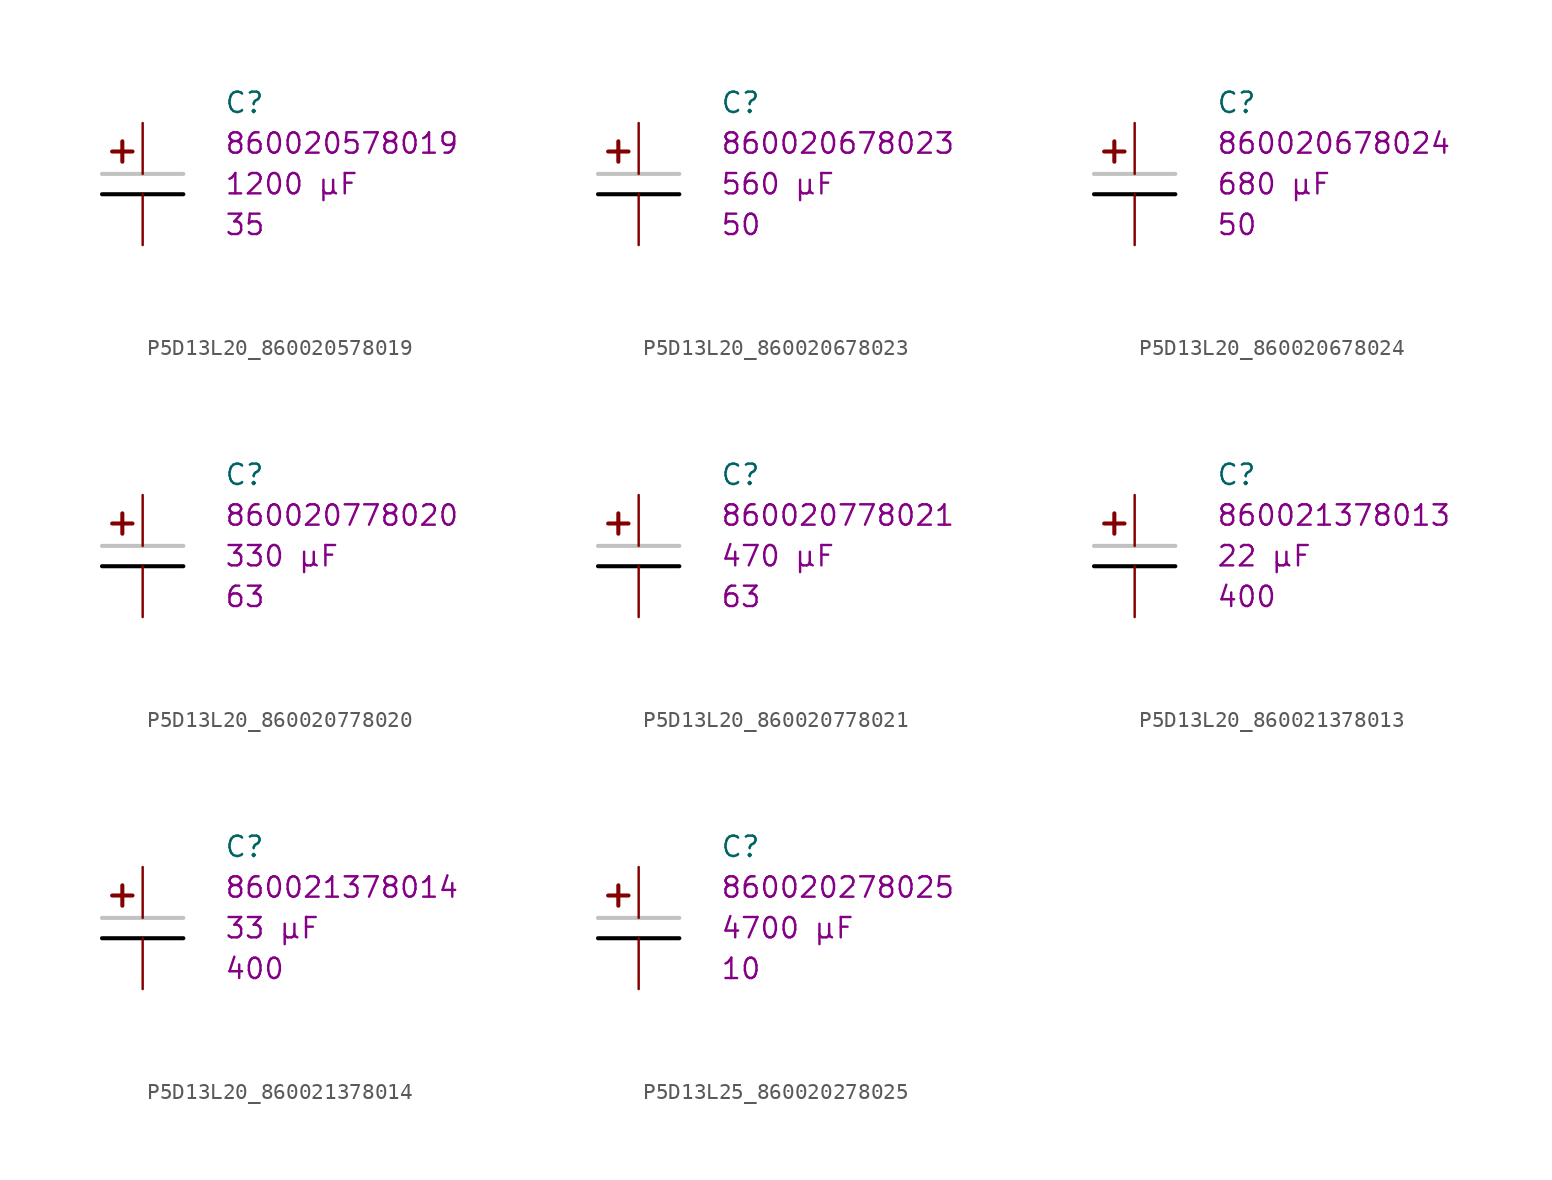
<source format=kicad_sym>
(kicad_symbol_lib
  (version 20220914)
  (generator kicad_symbol_editor)
  (symbol "P5D13L20_860020578019"
    (pin_numbers hide)
    (pin_names hide)
    (property "Reference" "C"
      (at 5.08 5.08 0)
      (effects (font (size 1.27 1.27)) (justify left)))
    (property "Part Number" "860020578019"
      (at 5.08 2.54 0)
      (effects (font (size 1.27 1.27)) (justify left)))
    (property "Capacitance" "1200 µF"
      (at 5.08 0 0)
      (effects (font (size 1.27 1.27)) (justify left)))
    (property "Voltage" "35"
      (at 5.08 -2.54 0)
      (effects (font (size 1.27 1.27)) (justify left)))
    (property "Critical Parameter" ""
      (at 0 -7.62 0)
      (effects (font (size 1.27 1.27))))
    (symbol "P5D13L20_860020578019_1_1"
      (polyline (pts (xy -1.27 2.667) (xy -1.27 1.397)) (stroke (width 0.254) (type default)) (fill (type none)))
      (polyline (pts (xy -0.635 2.032) (xy -1.905 2.032)) (stroke (width 0.254) (type default)) (fill (type none)))
      (polyline (pts (xy 2.54 -0.635) (xy -2.54 -0.635)) (stroke (width 0.254) (type default) (color 0 0 0 1)) (fill (type none)))
      (polyline (pts (xy 2.54 0.635) (xy -2.54 0.635)) (stroke (width 0.254) (type default) (color 194 194 194 1)) (fill (type none)))
      (pin passive line (at 0 3.81 270) (length 3.175) (name "1" (effects (font (size 1.27 1.27)))) (number "1" (effects (font (size 1.27 1.27)))))
      (pin passive line (at 0 -3.81 90) (length 3.175) (name "2" (effects (font (size 1.27 1.27)))) (number "2" (effects (font (size 1.27 1.27)))))))
  (symbol "P5D13L20_860020678023"
    (pin_numbers hide)
    (pin_names hide)
    (property "Reference" "C"
      (at 5.08 5.08 0)
      (effects (font (size 1.27 1.27)) (justify left)))
    (property "Part Number" "860020678023"
      (at 5.08 2.54 0)
      (effects (font (size 1.27 1.27)) (justify left)))
    (property "Capacitance" "560 µF"
      (at 5.08 0 0)
      (effects (font (size 1.27 1.27)) (justify left)))
    (property "Voltage" "50"
      (at 5.08 -2.54 0)
      (effects (font (size 1.27 1.27)) (justify left)))
    (property "Critical Parameter" ""
      (at 0 -7.62 0)
      (effects (font (size 1.27 1.27))))
    (symbol "P5D13L20_860020678023_1_1"
      (polyline (pts (xy -1.27 2.667) (xy -1.27 1.397)) (stroke (width 0.254) (type default)) (fill (type none)))
      (polyline (pts (xy -0.635 2.032) (xy -1.905 2.032)) (stroke (width 0.254) (type default)) (fill (type none)))
      (polyline (pts (xy 2.54 -0.635) (xy -2.54 -0.635)) (stroke (width 0.254) (type default) (color 0 0 0 1)) (fill (type none)))
      (polyline (pts (xy 2.54 0.635) (xy -2.54 0.635)) (stroke (width 0.254) (type default) (color 194 194 194 1)) (fill (type none)))
      (pin passive line (at 0 3.81 270) (length 3.175) (name "1" (effects (font (size 1.27 1.27)))) (number "1" (effects (font (size 1.27 1.27)))))
      (pin passive line (at 0 -3.81 90) (length 3.175) (name "2" (effects (font (size 1.27 1.27)))) (number "2" (effects (font (size 1.27 1.27)))))))
  (symbol "P5D13L20_860020678024"
    (pin_numbers hide)
    (pin_names hide)
    (property "Reference" "C"
      (at 5.08 5.08 0)
      (effects (font (size 1.27 1.27)) (justify left)))
    (property "Part Number" "860020678024"
      (at 5.08 2.54 0)
      (effects (font (size 1.27 1.27)) (justify left)))
    (property "Capacitance" "680 µF"
      (at 5.08 0 0)
      (effects (font (size 1.27 1.27)) (justify left)))
    (property "Voltage" "50"
      (at 5.08 -2.54 0)
      (effects (font (size 1.27 1.27)) (justify left)))
    (property "Critical Parameter" ""
      (at 0 -7.62 0)
      (effects (font (size 1.27 1.27))))
    (symbol "P5D13L20_860020678024_1_1"
      (polyline (pts (xy -1.27 2.667) (xy -1.27 1.397)) (stroke (width 0.254) (type default)) (fill (type none)))
      (polyline (pts (xy -0.635 2.032) (xy -1.905 2.032)) (stroke (width 0.254) (type default)) (fill (type none)))
      (polyline (pts (xy 2.54 -0.635) (xy -2.54 -0.635)) (stroke (width 0.254) (type default) (color 0 0 0 1)) (fill (type none)))
      (polyline (pts (xy 2.54 0.635) (xy -2.54 0.635)) (stroke (width 0.254) (type default) (color 194 194 194 1)) (fill (type none)))
      (pin passive line (at 0 3.81 270) (length 3.175) (name "1" (effects (font (size 1.27 1.27)))) (number "1" (effects (font (size 1.27 1.27)))))
      (pin passive line (at 0 -3.81 90) (length 3.175) (name "2" (effects (font (size 1.27 1.27)))) (number "2" (effects (font (size 1.27 1.27)))))))
  (symbol "P5D13L20_860020778020"
    (pin_numbers hide)
    (pin_names hide)
    (property "Reference" "C"
      (at 5.08 5.08 0)
      (effects (font (size 1.27 1.27)) (justify left)))
    (property "Part Number" "860020778020"
      (at 5.08 2.54 0)
      (effects (font (size 1.27 1.27)) (justify left)))
    (property "Capacitance" "330 µF"
      (at 5.08 0 0)
      (effects (font (size 1.27 1.27)) (justify left)))
    (property "Voltage" "63"
      (at 5.08 -2.54 0)
      (effects (font (size 1.27 1.27)) (justify left)))
    (property "Critical Parameter" ""
      (at 0 -7.62 0)
      (effects (font (size 1.27 1.27))))
    (symbol "P5D13L20_860020778020_1_1"
      (polyline (pts (xy -1.27 2.667) (xy -1.27 1.397)) (stroke (width 0.254) (type default)) (fill (type none)))
      (polyline (pts (xy -0.635 2.032) (xy -1.905 2.032)) (stroke (width 0.254) (type default)) (fill (type none)))
      (polyline (pts (xy 2.54 -0.635) (xy -2.54 -0.635)) (stroke (width 0.254) (type default) (color 0 0 0 1)) (fill (type none)))
      (polyline (pts (xy 2.54 0.635) (xy -2.54 0.635)) (stroke (width 0.254) (type default) (color 194 194 194 1)) (fill (type none)))
      (pin passive line (at 0 3.81 270) (length 3.175) (name "1" (effects (font (size 1.27 1.27)))) (number "1" (effects (font (size 1.27 1.27)))))
      (pin passive line (at 0 -3.81 90) (length 3.175) (name "2" (effects (font (size 1.27 1.27)))) (number "2" (effects (font (size 1.27 1.27)))))))
  (symbol "P5D13L20_860020778021"
    (pin_numbers hide)
    (pin_names hide)
    (property "Reference" "C"
      (at 5.08 5.08 0)
      (effects (font (size 1.27 1.27)) (justify left)))
    (property "Part Number" "860020778021"
      (at 5.08 2.54 0)
      (effects (font (size 1.27 1.27)) (justify left)))
    (property "Capacitance" "470 µF"
      (at 5.08 0 0)
      (effects (font (size 1.27 1.27)) (justify left)))
    (property "Voltage" "63"
      (at 5.08 -2.54 0)
      (effects (font (size 1.27 1.27)) (justify left)))
    (property "Critical Parameter" ""
      (at 0 -7.62 0)
      (effects (font (size 1.27 1.27))))
    (symbol "P5D13L20_860020778021_1_1"
      (polyline (pts (xy -1.27 2.667) (xy -1.27 1.397)) (stroke (width 0.254) (type default)) (fill (type none)))
      (polyline (pts (xy -0.635 2.032) (xy -1.905 2.032)) (stroke (width 0.254) (type default)) (fill (type none)))
      (polyline (pts (xy 2.54 -0.635) (xy -2.54 -0.635)) (stroke (width 0.254) (type default) (color 0 0 0 1)) (fill (type none)))
      (polyline (pts (xy 2.54 0.635) (xy -2.54 0.635)) (stroke (width 0.254) (type default) (color 194 194 194 1)) (fill (type none)))
      (pin passive line (at 0 3.81 270) (length 3.175) (name "1" (effects (font (size 1.27 1.27)))) (number "1" (effects (font (size 1.27 1.27)))))
      (pin passive line (at 0 -3.81 90) (length 3.175) (name "2" (effects (font (size 1.27 1.27)))) (number "2" (effects (font (size 1.27 1.27)))))))
  (symbol "P5D13L20_860021378013"
    (pin_numbers hide)
    (pin_names hide)
    (property "Reference" "C"
      (at 5.08 5.08 0)
      (effects (font (size 1.27 1.27)) (justify left)))
    (property "Part Number" "860021378013"
      (at 5.08 2.54 0)
      (effects (font (size 1.27 1.27)) (justify left)))
    (property "Capacitance" "22 µF"
      (at 5.08 0 0)
      (effects (font (size 1.27 1.27)) (justify left)))
    (property "Voltage" "400"
      (at 5.08 -2.54 0)
      (effects (font (size 1.27 1.27)) (justify left)))
    (property "Critical Parameter" ""
      (at 0 -7.62 0)
      (effects (font (size 1.27 1.27))))
    (symbol "P5D13L20_860021378013_1_1"
      (polyline (pts (xy -1.27 2.667) (xy -1.27 1.397)) (stroke (width 0.254) (type default)) (fill (type none)))
      (polyline (pts (xy -0.635 2.032) (xy -1.905 2.032)) (stroke (width 0.254) (type default)) (fill (type none)))
      (polyline (pts (xy 2.54 -0.635) (xy -2.54 -0.635)) (stroke (width 0.254) (type default) (color 0 0 0 1)) (fill (type none)))
      (polyline (pts (xy 2.54 0.635) (xy -2.54 0.635)) (stroke (width 0.254) (type default) (color 194 194 194 1)) (fill (type none)))
      (pin passive line (at 0 3.81 270) (length 3.175) (name "1" (effects (font (size 1.27 1.27)))) (number "1" (effects (font (size 1.27 1.27)))))
      (pin passive line (at 0 -3.81 90) (length 3.175) (name "2" (effects (font (size 1.27 1.27)))) (number "2" (effects (font (size 1.27 1.27)))))))
  (symbol "P5D13L20_860021378014"
    (pin_numbers hide)
    (pin_names hide)
    (property "Reference" "C"
      (at 5.08 5.08 0)
      (effects (font (size 1.27 1.27)) (justify left)))
    (property "Part Number" "860021378014"
      (at 5.08 2.54 0)
      (effects (font (size 1.27 1.27)) (justify left)))
    (property "Capacitance" "33 µF"
      (at 5.08 0 0)
      (effects (font (size 1.27 1.27)) (justify left)))
    (property "Voltage" "400"
      (at 5.08 -2.54 0)
      (effects (font (size 1.27 1.27)) (justify left)))
    (property "Critical Parameter" ""
      (at 0 -7.62 0)
      (effects (font (size 1.27 1.27))))
    (symbol "P5D13L20_860021378014_1_1"
      (polyline (pts (xy -1.27 2.667) (xy -1.27 1.397)) (stroke (width 0.254) (type default)) (fill (type none)))
      (polyline (pts (xy -0.635 2.032) (xy -1.905 2.032)) (stroke (width 0.254) (type default)) (fill (type none)))
      (polyline (pts (xy 2.54 -0.635) (xy -2.54 -0.635)) (stroke (width 0.254) (type default) (color 0 0 0 1)) (fill (type none)))
      (polyline (pts (xy 2.54 0.635) (xy -2.54 0.635)) (stroke (width 0.254) (type default) (color 194 194 194 1)) (fill (type none)))
      (pin passive line (at 0 3.81 270) (length 3.175) (name "1" (effects (font (size 1.27 1.27)))) (number "1" (effects (font (size 1.27 1.27)))))
      (pin passive line (at 0 -3.81 90) (length 3.175) (name "2" (effects (font (size 1.27 1.27)))) (number "2" (effects (font (size 1.27 1.27)))))))
  (symbol "P5D13L25_860020278025"
    (pin_numbers hide)
    (pin_names hide)
    (property "Reference" "C"
      (at 5.08 5.08 0)
      (effects (font (size 1.27 1.27)) (justify left)))
    (property "Part Number" "860020278025"
      (at 5.08 2.54 0)
      (effects (font (size 1.27 1.27)) (justify left)))
    (property "Capacitance" "4700 µF"
      (at 5.08 0 0)
      (effects (font (size 1.27 1.27)) (justify left)))
    (property "Voltage" "10"
      (at 5.08 -2.54 0)
      (effects (font (size 1.27 1.27)) (justify left)))
    (property "Critical Parameter" ""
      (at 0 -7.62 0)
      (effects (font (size 1.27 1.27))))
    (symbol "P5D13L25_860020278025_1_1"
      (polyline (pts (xy -1.27 2.667) (xy -1.27 1.397)) (stroke (width 0.254) (type default)) (fill (type none)))
      (polyline (pts (xy -0.635 2.032) (xy -1.905 2.032)) (stroke (width 0.254) (type default)) (fill (type none)))
      (polyline (pts (xy 2.54 -0.635) (xy -2.54 -0.635)) (stroke (width 0.254) (type default) (color 0 0 0 1)) (fill (type none)))
      (polyline (pts (xy 2.54 0.635) (xy -2.54 0.635)) (stroke (width 0.254) (type default) (color 194 194 194 1)) (fill (type none)))
      (pin passive line (at 0 3.81 270) (length 3.175) (name "1" (effects (font (size 1.27 1.27)))) (number "1" (effects (font (size 1.27 1.27)))))
      (pin passive line (at 0 -3.81 90) (length 3.175) (name "2" (effects (font (size 1.27 1.27)))) (number "2" (effects (font (size 1.27 1.27))))))))
</source>
